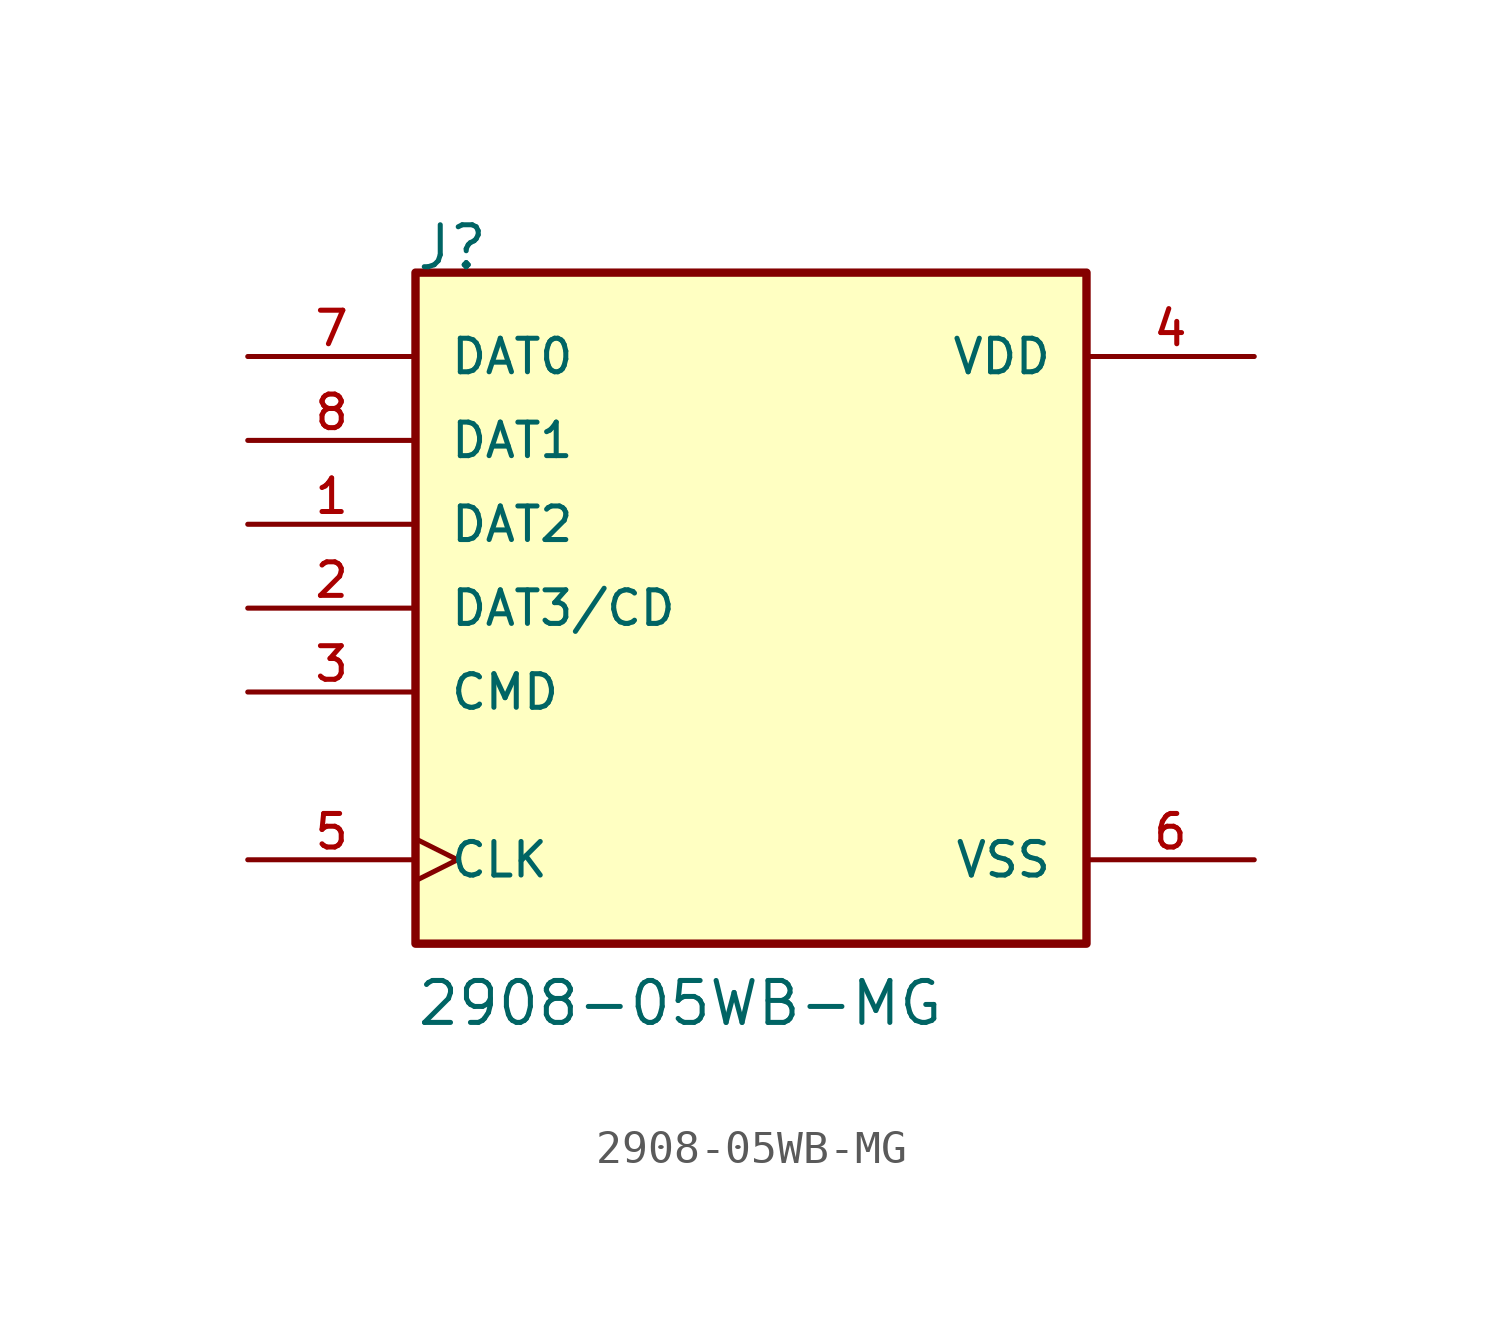
<source format=kicad_sym>
(kicad_symbol_lib
  (version 20220914)
  (generator kicad_symbol_editor)
  (symbol "2908-05WB-MG"
    (pin_names
      (offset 1.016))
    (property "Reference" "J"
      (at -10.176 10.176 0)
      (effects (font (size 1.27 1.27)) (justify left bottom)))
    (property "Value" "2908-05WB-MG"
      (at -10.168 -12.709 0)
      (effects (font (size 1.27 1.27)) (justify left bottom)))
    (symbol "2908-05WB-MG_0_0"
      (rectangle (start -10.16 -10.16) (end 10.16 10.16) (stroke (width 0.254) (type default)) (fill (type background)))
      (pin bidirectional line (at -15.24 2.54 0) (length 5.08) (name "DAT2" (effects (font (size 1.016 1.016)))) (number "1" (effects (font (size 1.016 1.016)))))
      (pin bidirectional line (at -15.24 0 0) (length 5.08) (name "DAT3/CD" (effects (font (size 1.016 1.016)))) (number "2" (effects (font (size 1.016 1.016)))))
      (pin bidirectional line (at -15.24 -2.54 0) (length 5.08) (name "CMD" (effects (font (size 1.016 1.016)))) (number "3" (effects (font (size 1.016 1.016)))))
      (pin power_in line (at 15.24 7.62 180) (length 5.08) (name "VDD" (effects (font (size 1.016 1.016)))) (number "4" (effects (font (size 1.016 1.016)))))
      (pin bidirectional clock (at -15.24 -7.62 0) (length 5.08) (name "CLK" (effects (font (size 1.016 1.016)))) (number "5" (effects (font (size 1.016 1.016)))))
      (pin power_in line (at 15.24 -7.62 180) (length 5.08) (name "VSS" (effects (font (size 1.016 1.016)))) (number "6" (effects (font (size 1.016 1.016)))))
      (pin bidirectional line (at -15.24 7.62 0) (length 5.08) (name "DAT0" (effects (font (size 1.016 1.016)))) (number "7" (effects (font (size 1.016 1.016)))))
      (pin bidirectional line (at -15.24 5.08 0) (length 5.08) (name "DAT1" (effects (font (size 1.016 1.016)))) (number "8" (effects (font (size 1.016 1.016))))))))
</source>
